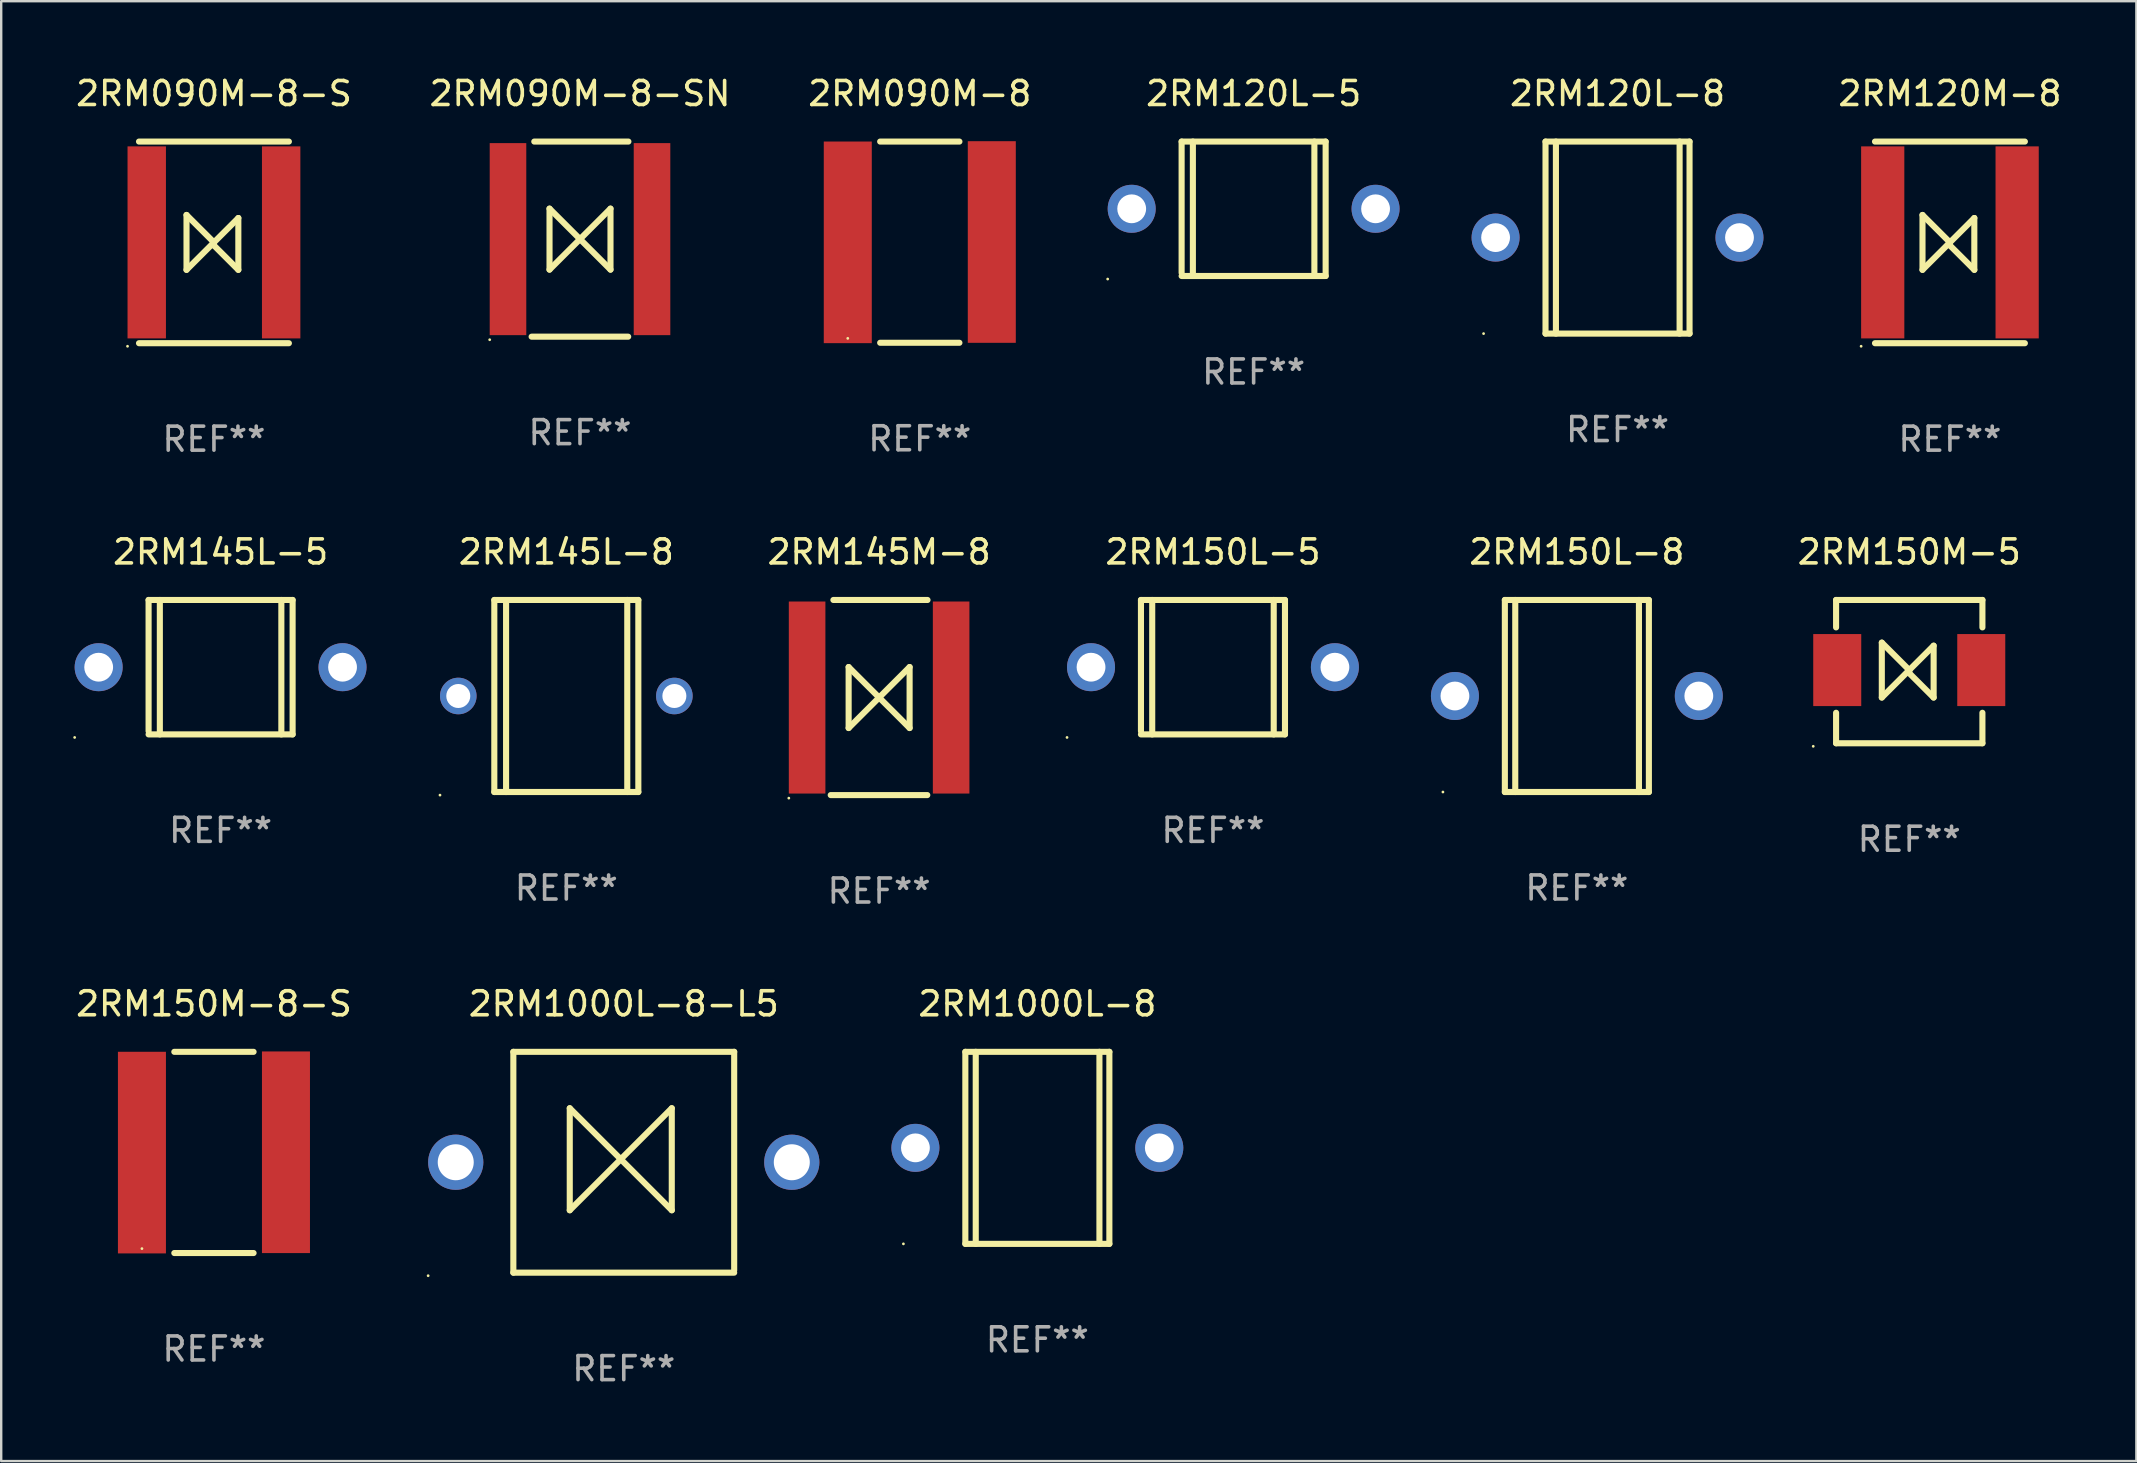
<source format=kicad_pcb>
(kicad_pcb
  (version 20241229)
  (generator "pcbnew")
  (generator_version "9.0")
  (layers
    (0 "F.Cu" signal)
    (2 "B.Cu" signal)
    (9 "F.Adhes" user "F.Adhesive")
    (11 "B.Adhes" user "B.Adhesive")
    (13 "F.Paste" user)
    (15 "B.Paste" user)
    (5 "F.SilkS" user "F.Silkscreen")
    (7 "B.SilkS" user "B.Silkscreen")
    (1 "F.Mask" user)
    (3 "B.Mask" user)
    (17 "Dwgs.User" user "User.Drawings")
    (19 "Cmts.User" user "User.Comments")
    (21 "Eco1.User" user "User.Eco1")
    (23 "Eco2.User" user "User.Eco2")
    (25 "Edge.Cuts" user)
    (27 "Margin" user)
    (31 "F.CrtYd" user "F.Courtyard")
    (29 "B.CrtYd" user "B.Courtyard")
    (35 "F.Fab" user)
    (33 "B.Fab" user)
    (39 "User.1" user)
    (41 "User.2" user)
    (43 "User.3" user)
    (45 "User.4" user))
  (footprint "2RM150M-8-S"
    (layer "F.Cu")
    (at 5.863 44.96)
    (property "Reference" "2RM150M-8-S" (at 0 -6.191 0) (layer "F.SilkS") (effects (font (size 1 1) (thickness 0.15))))
    (attr through_hole)
    (fp_line (start -1.651 -4.191) (end 1.651 -4.191) (stroke (width 0.254) (type solid)) (layer "F.SilkS"))
    (fp_line (start 1.651 4.191) (end -1.651 4.191) (stroke (width 0.254) (type solid)) (layer "F.SilkS"))
    (fp_circle (center -3 4.007) (end -2.97 4.007) (stroke (width 0.06) (type solid)) (fill no) (layer "F.SilkS"))
    (fp_text user "REF**" (at 0 8.191 0) (layer "F.Fab") (effects (font (size 1 1) (thickness 0.15))))
    (pad "1" smd rect (at -3 0.007) (size 2 8.4) (layers "F.Cu" "F.Mask" "F.Paste"))
    (pad "2" smd rect (at 3 -0.007) (size 2 8.4) (layers "F.Cu" "F.Mask" "F.Paste")))
  (footprint "2RM1000L-8"
    (layer "F.Cu")
    (at 40.166 44.769)
    (property "Reference" "2RM1000L-8" (at 0 -6 0) (layer "F.SilkS") (effects (font (size 1 1) (thickness 0.15))))
    (attr through_hole)
    (fp_line (start -3 -4) (end -3 4) (stroke (width 0.254) (type solid)) (layer "F.SilkS"))
    (fp_line (start -3 -4) (end 3 -4) (stroke (width 0.254) (type solid)) (layer "F.SilkS"))
    (fp_line (start -3 4) (end 3 4) (stroke (width 0.254) (type solid)) (layer "F.SilkS"))
    (fp_line (start -2.567 -4) (end -2.567 4) (stroke (width 0.254) (type solid)) (layer "F.SilkS"))
    (fp_line (start 2.586 -4) (end 2.586 4) (stroke (width 0.254) (type solid)) (layer "F.SilkS"))
    (fp_line (start 3 -4) (end 3 4) (stroke (width 0.254) (type solid)) (layer "F.SilkS"))
    (fp_circle (center -5.58 4) (end -5.55 4) (stroke (width 0.06) (type solid)) (fill no) (layer "F.SilkS"))
    (fp_text user "REF**" (at 0 8 0) (layer "F.Fab") (effects (font (size 1 1) (thickness 0.15))))
    (pad "1" thru_hole circle (at -5.08 0) (size 2 2) (drill 1.2) (layers "*.Cu" "*.Mask"))
    (pad "2" thru_hole circle (at 5.08 0) (size 2 2) (drill 1.2) (layers "*.Cu" "*.Mask")))
  (footprint "2RM090M-8"
    (layer "F.Cu")
    (at 35.268 7.039)
    (property "Reference" "2RM090M-8" (at 0 -6.191 0) (layer "F.SilkS") (effects (font (size 1 1) (thickness 0.15))))
    (attr through_hole)
    (fp_line (start -1.651 -4.191) (end 1.651 -4.191) (stroke (width 0.254) (type solid)) (layer "F.SilkS"))
    (fp_line (start 1.651 4.191) (end -1.651 4.191) (stroke (width 0.254) (type solid)) (layer "F.SilkS"))
    (fp_circle (center -3 4.007) (end -2.97 4.007) (stroke (width 0.06) (type solid)) (fill no) (layer "F.SilkS"))
    (fp_text user "REF**" (at 0 8.191 0) (layer "F.Fab") (effects (font (size 1 1) (thickness 0.15))))
    (pad "1" smd rect (at -3 0.007) (size 2 8.4) (layers "F.Cu" "F.Mask" "F.Paste"))
    (pad "2" smd rect (at 3 -0.007) (size 2 8.4) (layers "F.Cu" "F.Mask" "F.Paste")))
  (footprint "2RM120L-5"
    (layer "F.Cu")
    (at 49.176 5.648)
    (property "Reference" "2RM120L-5" (at 0 -4.8 0) (layer "F.SilkS") (effects (font (size 1 1) (thickness 0.15))))
    (attr through_hole)
    (fp_line (start -3 -2.8) (end -3 2.667) (stroke (width 0.254) (type solid)) (layer "F.SilkS"))
    (fp_line (start -3 -2.8) (end 3 -2.8) (stroke (width 0.254) (type solid)) (layer "F.SilkS"))
    (fp_line (start -3 2.8) (end 3 2.8) (stroke (width 0.254) (type solid)) (layer "F.SilkS"))
    (fp_line (start -2.531 -2.8) (end -2.531 2.8) (stroke (width 0.254) (type solid)) (layer "F.SilkS"))
    (fp_line (start 2.531 -2.8) (end 2.531 2.8) (stroke (width 0.254) (type solid)) (layer "F.SilkS"))
    (fp_line (start 3 -2.8) (end 3 2.8) (stroke (width 0.254) (type solid)) (layer "F.SilkS"))
    (fp_circle (center -6.08 2.927) (end -6.05 2.927) (stroke (width 0.06) (type solid)) (fill no) (layer "F.SilkS"))
    (fp_text user "REF**" (at 0 6.8 0) (layer "F.Fab") (effects (font (size 1 1) (thickness 0.15))))
    (pad "1" thru_hole circle (at -5.08 0) (size 2 2) (drill 1.2) (layers "*.Cu" "*.Mask"))
    (pad "2" thru_hole circle (at 5.08 0) (size 2 2) (drill 1.2) (layers "*.Cu" "*.Mask")))
  (footprint "2RM120M-8"
    (layer "F.Cu")
    (at 78.184 7.048)
    (property "Reference" "2RM120M-8" (at 0 -6.2 0) (layer "F.SilkS") (effects (font (size 1 1) (thickness 0.15))))
    (attr through_hole)
    (fp_line (start -3.122 -4.2) (end 3.122 -4.2) (stroke (width 0.254) (type solid)) (layer "F.SilkS"))
    (fp_line (start -3.122 4.2) (end 3.122 4.2) (stroke (width 0.254) (type solid)) (layer "F.SilkS"))
    (fp_line (start -1.143 1.143) (end -1.143 -1.143) (stroke (width 0.254) (type solid)) (layer "F.SilkS"))
    (fp_line (start 0 0) (end -1.143 -1.143) (stroke (width 0.254) (type solid)) (layer "F.SilkS"))
    (fp_line (start 0 0) (end -1.143 1.143) (stroke (width 0.254) (type solid)) (layer "F.SilkS"))
    (fp_line (start 0 0) (end 0 0.127) (stroke (width 0.254) (type solid)) (layer "F.SilkS"))
    (fp_line (start 0 0) (end 1.016 -1.016) (stroke (width 0.254) (type solid)) (layer "F.SilkS"))
    (fp_line (start 0 0.127) (end 1.016 1.143) (stroke (width 0.254) (type solid)) (layer "F.SilkS"))
    (fp_line (start 1.016 1.143) (end 1.016 -1.016) (stroke (width 0.254) (type solid)) (layer "F.SilkS"))
    (fp_circle (center -3.7 4.327) (end -3.67 4.327) (stroke (width 0.06) (type solid)) (fill no) (layer "F.SilkS"))
    (fp_text user "REF**" (at 0 8.2 0) (layer "F.Fab") (effects (font (size 1 1) (thickness 0.15))))
    (pad "1" smd rect (at -2.8 0) (size 1.8 8) (layers "F.Cu" "F.Mask" "F.Paste"))
    (pad "2" smd rect (at 2.8 0) (size 1.8 8) (layers "F.Cu" "F.Mask" "F.Paste")))
  (footprint "2RM150M-5"
    (layer "F.Cu")
    (at 76.489 24.929)
    (property "Reference" "2RM150M-5" (at 0 -4.985 0) (layer "F.SilkS") (effects (font (size 1 1) (thickness 0.15))))
    (attr through_hole)
    (fp_line (start -3.048 -2.985) (end 3.048 -2.985) (stroke (width 0.254) (type solid)) (layer "F.SilkS"))
    (fp_line (start -3.048 -1.842) (end -3.048 -2.985) (stroke (width 0.254) (type solid)) (layer "F.SilkS"))
    (fp_line (start -3.048 1.715) (end -3.048 2.985) (stroke (width 0.254) (type solid)) (layer "F.SilkS"))
    (fp_line (start -3.048 2.985) (end 3.048 2.985) (stroke (width 0.254) (type solid)) (layer "F.SilkS"))
    (fp_line (start -1.143 1.08) (end -1.143 -1.207) (stroke (width 0.254) (type solid)) (layer "F.SilkS"))
    (fp_line (start 0 -0.064) (end -1.143 -1.207) (stroke (width 0.254) (type solid)) (layer "F.SilkS"))
    (fp_line (start 0 -0.064) (end -1.143 1.08) (stroke (width 0.254) (type solid)) (layer "F.SilkS"))
    (fp_line (start 0 -0.064) (end 0 0.064) (stroke (width 0.254) (type solid)) (layer "F.SilkS"))
    (fp_line (start 0 -0.064) (end 1.016 -1.08) (stroke (width 0.254) (type solid)) (layer "F.SilkS"))
    (fp_line (start 0 0.064) (end 1.016 1.08) (stroke (width 0.254) (type solid)) (layer "F.SilkS"))
    (fp_line (start 1.016 1.08) (end 1.016 -1.08) (stroke (width 0.254) (type solid)) (layer "F.SilkS"))
    (fp_line (start 3.048 -2.985) (end 3.048 -1.842) (stroke (width 0.254) (type solid)) (layer "F.SilkS"))
    (fp_line (start 3.048 2.985) (end 3.048 1.715) (stroke (width 0.254) (type solid)) (layer "F.SilkS"))
    (fp_circle (center -4 3.112) (end -3.97 3.112) (stroke (width 0.06) (type solid)) (fill no) (layer "F.SilkS"))
    (fp_text user "REF**" (at 0 6.985 0) (layer "F.Fab") (effects (font (size 1 1) (thickness 0.15))))
    (pad "1" smd rect (at -3 -0.064) (size 2 3) (layers "F.Cu" "F.Mask" "F.Paste"))
    (pad "2" smd rect (at 3 -0.064) (size 2 3) (layers "F.Cu" "F.Mask" "F.Paste")))
  (footprint "2RM120L-8"
    (layer "F.Cu")
    (at 64.336 6.848)
    (property "Reference" "2RM120L-8" (at 0 -6 0) (layer "F.SilkS") (effects (font (size 1 1) (thickness 0.15))))
    (attr through_hole)
    (fp_line (start -3 -4) (end -3 4) (stroke (width 0.254) (type solid)) (layer "F.SilkS"))
    (fp_line (start -3 -4) (end 3 -4) (stroke (width 0.254) (type solid)) (layer "F.SilkS"))
    (fp_line (start -3 4) (end 3 4) (stroke (width 0.254) (type solid)) (layer "F.SilkS"))
    (fp_line (start -2.567 -4) (end -2.567 4) (stroke (width 0.254) (type solid)) (layer "F.SilkS"))
    (fp_line (start 2.586 -4) (end 2.586 4) (stroke (width 0.254) (type solid)) (layer "F.SilkS"))
    (fp_line (start 3 -4) (end 3 4) (stroke (width 0.254) (type solid)) (layer "F.SilkS"))
    (fp_circle (center -5.58 4) (end -5.55 4) (stroke (width 0.06) (type solid)) (fill no) (layer "F.SilkS"))
    (fp_text user "REF**" (at 0 8 0) (layer "F.Fab") (effects (font (size 1 1) (thickness 0.15))))
    (pad "1" thru_hole circle (at -5.08 0) (size 2 2) (drill 1.2) (layers "*.Cu" "*.Mask"))
    (pad "2" thru_hole circle (at 5.08 0) (size 2 2) (drill 1.2) (layers "*.Cu" "*.Mask")))
  (footprint "2RM090M-8-SN"
    (layer "F.Cu")
    (at 21.113 6.912)
    (property "Reference" "2RM090M-8-SN" (at 0 -6.064 0) (layer "F.SilkS") (effects (font (size 1 1) (thickness 0.15))))
    (attr through_hole)
    (fp_line (start -2.016 4.064) (end 2.007 4.064) (stroke (width 0.254) (type solid)) (layer "F.SilkS"))
    (fp_line (start -1.905 -4.064) (end 2.016 -4.064) (stroke (width 0.254) (type solid)) (layer "F.SilkS"))
    (fp_line (start -1.27 -1.27) (end -1.27 1.27) (stroke (width 0.254) (type solid)) (layer "F.SilkS"))
    (fp_line (start -1.27 -1.27) (end 1.27 1.27) (stroke (width 0.254) (type solid)) (layer "F.SilkS"))
    (fp_line (start -1.27 1.27) (end 1.27 -1.27) (stroke (width 0.254) (type solid)) (layer "F.SilkS"))
    (fp_line (start 1.27 1.27) (end 1.27 -1.27) (stroke (width 0.254) (type solid)) (layer "F.SilkS"))
    (fp_circle (center -3.762 4.191) (end -3.732 4.191) (stroke (width 0.06) (type solid)) (fill no) (layer "F.SilkS"))
    (fp_text user "REF**" (at 0 8.064 0) (layer "F.Fab") (effects (font (size 1 1) (thickness 0.15))))
    (pad "1" smd rect (at -3 0) (size 1.524 8) (layers "F.Cu" "F.Mask" "F.Paste"))
    (pad "2" smd rect (at 3 0) (size 1.524 8) (layers "F.Cu" "F.Mask" "F.Paste")))
  (footprint "2RM150L-8"
    (layer "F.Cu")
    (at 62.642 25.945)
    (property "Reference" "2RM150L-8" (at 0 -6 0) (layer "F.SilkS") (effects (font (size 1 1) (thickness 0.15))))
    (attr through_hole)
    (fp_line (start -3 -4) (end -3 4) (stroke (width 0.254) (type solid)) (layer "F.SilkS"))
    (fp_line (start -3 -4) (end 3 -4) (stroke (width 0.254) (type solid)) (layer "F.SilkS"))
    (fp_line (start -3 4) (end 3 4) (stroke (width 0.254) (type solid)) (layer "F.SilkS"))
    (fp_line (start -2.567 -4) (end -2.567 4) (stroke (width 0.254) (type solid)) (layer "F.SilkS"))
    (fp_line (start 2.586 -4) (end 2.586 4) (stroke (width 0.254) (type solid)) (layer "F.SilkS"))
    (fp_line (start 3 -4) (end 3 4) (stroke (width 0.254) (type solid)) (layer "F.SilkS"))
    (fp_circle (center -5.58 4) (end -5.55 4) (stroke (width 0.06) (type solid)) (fill no) (layer "F.SilkS"))
    (fp_text user "REF**" (at 0 8 0) (layer "F.Fab") (effects (font (size 1 1) (thickness 0.15))))
    (pad "1" thru_hole circle (at -5.08 0) (size 2 2) (drill 1.2) (layers "*.Cu" "*.Mask"))
    (pad "2" thru_hole circle (at 5.08 0) (size 2 2) (drill 1.2) (layers "*.Cu" "*.Mask")))
  (footprint "2RM150L-5"
    (layer "F.Cu")
    (at 47.482 24.745)
    (property "Reference" "2RM150L-5" (at 0 -4.8 0) (layer "F.SilkS") (effects (font (size 1 1) (thickness 0.15))))
    (attr through_hole)
    (fp_line (start -3 -2.8) (end -3 2.667) (stroke (width 0.254) (type solid)) (layer "F.SilkS"))
    (fp_line (start -3 -2.8) (end 3 -2.8) (stroke (width 0.254) (type solid)) (layer "F.SilkS"))
    (fp_line (start -3 2.8) (end 3 2.8) (stroke (width 0.254) (type solid)) (layer "F.SilkS"))
    (fp_line (start -2.531 -2.8) (end -2.531 2.8) (stroke (width 0.254) (type solid)) (layer "F.SilkS"))
    (fp_line (start 2.531 -2.8) (end 2.531 2.8) (stroke (width 0.254) (type solid)) (layer "F.SilkS"))
    (fp_line (start 3 -2.8) (end 3 2.8) (stroke (width 0.254) (type solid)) (layer "F.SilkS"))
    (fp_circle (center -6.08 2.927) (end -6.05 2.927) (stroke (width 0.06) (type solid)) (fill no) (layer "F.SilkS"))
    (fp_text user "REF**" (at 0 6.8 0) (layer "F.Fab") (effects (font (size 1 1) (thickness 0.15))))
    (pad "1" thru_hole circle (at -5.08 0) (size 2 2) (drill 1.2) (layers "*.Cu" "*.Mask"))
    (pad "2" thru_hole circle (at 5.08 0) (size 2 2) (drill 1.2) (layers "*.Cu" "*.Mask")))
  (footprint "2RM145M-8"
    (layer "F.Cu")
    (at 33.574 26.009)
    (property "Reference" "2RM145M-8" (at 0 -6.064 0) (layer "F.SilkS") (effects (font (size 1 1) (thickness 0.15))))
    (attr through_hole)
    (fp_line (start -2.016 4.064) (end 2.007 4.064) (stroke (width 0.254) (type solid)) (layer "F.SilkS"))
    (fp_line (start -1.905 -4.064) (end 2.016 -4.064) (stroke (width 0.254) (type solid)) (layer "F.SilkS"))
    (fp_line (start -1.27 -1.27) (end -1.27 1.27) (stroke (width 0.254) (type solid)) (layer "F.SilkS"))
    (fp_line (start -1.27 -1.27) (end 1.27 1.27) (stroke (width 0.254) (type solid)) (layer "F.SilkS"))
    (fp_line (start -1.27 1.27) (end 1.27 -1.27) (stroke (width 0.254) (type solid)) (layer "F.SilkS"))
    (fp_line (start 1.27 1.27) (end 1.27 -1.27) (stroke (width 0.254) (type solid)) (layer "F.SilkS"))
    (fp_circle (center -3.762 4.191) (end -3.732 4.191) (stroke (width 0.06) (type solid)) (fill no) (layer "F.SilkS"))
    (fp_text user "REF**" (at 0 8.064 0) (layer "F.Fab") (effects (font (size 1 1) (thickness 0.15))))
    (pad "1" smd rect (at -3 0) (size 1.524 8) (layers "F.Cu" "F.Mask" "F.Paste"))
    (pad "2" smd rect (at 3 0) (size 1.524 8) (layers "F.Cu" "F.Mask" "F.Paste")))
  (footprint "2RM1000L-8-L5"
    (layer "F.Cu")
    (at 22.936 45.369)
    (property "Reference" "2RM1000L-8-L5" (at 0 -6.6 0) (layer "F.SilkS") (effects (font (size 1 1) (thickness 0.15))))
    (attr through_hole)
    (fp_line (start -4.6 -4.6) (end -4.6 4.6) (stroke (width 0.254) (type solid)) (layer "F.SilkS"))
    (fp_line (start -4.6 -4.6) (end 4.6 -4.6) (stroke (width 0.254) (type solid)) (layer "F.SilkS"))
    (fp_line (start -4.6 4.6) (end 4.6 4.6) (stroke (width 0.254) (type solid)) (layer "F.SilkS"))
    (fp_line (start -2.25 -2.25) (end -2.25 2) (stroke (width 0.254) (type solid)) (layer "F.SilkS"))
    (fp_line (start -2.25 2) (end 2 -2.25) (stroke (width 0.254) (type solid)) (layer "F.SilkS"))
    (fp_line (start 2 -2.25) (end 2 2) (stroke (width 0.254) (type solid)) (layer "F.SilkS"))
    (fp_line (start 2 2) (end -2.25 -2.25) (stroke (width 0.254) (type solid)) (layer "F.SilkS"))
    (fp_line (start 4.6 -4.6) (end 4.6 4.5) (stroke (width 0.254) (type solid)) (layer "F.SilkS"))
    (fp_circle (center -8.15 4.727) (end -8.12 4.727) (stroke (width 0.06) (type solid)) (fill no) (layer "F.SilkS"))
    (fp_text user "REF**" (at 0 8.6 0) (layer "F.Fab") (effects (font (size 1 1) (thickness 0.15))))
    (pad "1" thru_hole circle (at -7 0) (size 2.3 2.3) (drill 1.5) (layers "*.Cu" "*.Mask"))
    (pad "2" thru_hole circle (at 7 0) (size 2.3 2.3) (drill 1.5) (layers "*.Cu" "*.Mask")))
  (footprint "2RM090M-8-S"
    (layer "F.Cu")
    (at 5.863 7.048)
    (property "Reference" "2RM090M-8-S" (at 0 -6.2 0) (layer "F.SilkS") (effects (font (size 1 1) (thickness 0.15))))
    (attr through_hole)
    (fp_line (start -3.122 -4.2) (end 3.122 -4.2) (stroke (width 0.254) (type solid)) (layer "F.SilkS"))
    (fp_line (start -3.122 4.2) (end 3.122 4.2) (stroke (width 0.254) (type solid)) (layer "F.SilkS"))
    (fp_line (start -1.143 1.143) (end -1.143 -1.143) (stroke (width 0.254) (type solid)) (layer "F.SilkS"))
    (fp_line (start 0 0) (end -1.143 -1.143) (stroke (width 0.254) (type solid)) (layer "F.SilkS"))
    (fp_line (start 0 0) (end -1.143 1.143) (stroke (width 0.254) (type solid)) (layer "F.SilkS"))
    (fp_line (start 0 0) (end 0 0.127) (stroke (width 0.254) (type solid)) (layer "F.SilkS"))
    (fp_line (start 0 0) (end 1.016 -1.016) (stroke (width 0.254) (type solid)) (layer "F.SilkS"))
    (fp_line (start 0 0.127) (end 1.016 1.143) (stroke (width 0.254) (type solid)) (layer "F.SilkS"))
    (fp_line (start 1.016 1.143) (end 1.016 -1.016) (stroke (width 0.254) (type solid)) (layer "F.SilkS"))
    (fp_circle (center -3.6 4.327) (end -3.57 4.327) (stroke (width 0.06) (type solid)) (fill no) (layer "F.SilkS"))
    (fp_text user "REF**" (at 0 8.2 0) (layer "F.Fab") (effects (font (size 1 1) (thickness 0.15))))
    (pad "1" smd rect (at -2.8 0) (size 1.6 8) (layers "F.Cu" "F.Mask" "F.Paste"))
    (pad "2" smd rect (at 2.8 0) (size 1.6 8) (layers "F.Cu" "F.Mask" "F.Paste")))
  (footprint "2RM145L-8"
    (layer "F.Cu")
    (at 20.543 25.946)
    (property "Reference" "2RM145L-8" (at 0 -6.001 0) (layer "F.SilkS") (effects (font (size 1 1) (thickness 0.15))))
    (attr through_hole)
    (fp_line (start -3 -4.001) (end -3 3.999) (stroke (width 0.254) (type solid)) (layer "F.SilkS"))
    (fp_line (start -3 -4.001) (end 3 -4.001) (stroke (width 0.254) (type solid)) (layer "F.SilkS"))
    (fp_line (start -2.51 4.001) (end -2.51 -3.999) (stroke (width 0.254) (type solid)) (layer "F.SilkS"))
    (fp_line (start 2.539 3.999) (end 2.539 -4.001) (stroke (width 0.254) (type solid)) (layer "F.SilkS"))
    (fp_line (start 3 3.999) (end -3 3.999) (stroke (width 0.254) (type solid)) (layer "F.SilkS"))
    (fp_line (start 3 3.999) (end 3 -4.001) (stroke (width 0.254) (type solid)) (layer "F.SilkS"))
    (fp_circle (center -5.263 4.128) (end -5.233 4.128) (stroke (width 0.06) (type solid)) (fill no) (layer "F.SilkS"))
    (fp_text user "REF**" (at 0 8.001 0) (layer "F.Fab") (effects (font (size 1 1) (thickness 0.15))))
    (pad "1" thru_hole circle (at -4.501 -0.001) (size 1.524 1.524) (drill 1) (layers "*.Cu" "*.Mask"))
    (pad "2" thru_hole circle (at 4.501 -0.001) (size 1.524 1.524) (drill 1) (layers "*.Cu" "*.Mask")))
  (footprint "2RM145L-5"
    (layer "F.Cu")
    (at 6.14 24.745)
    (property "Reference" "2RM145L-5" (at 0 -4.8 0) (layer "F.SilkS") (effects (font (size 1 1) (thickness 0.15))))
    (attr through_hole)
    (fp_line (start -3 -2.8) (end -3 2.667) (stroke (width 0.254) (type solid)) (layer "F.SilkS"))
    (fp_line (start -3 -2.8) (end 3 -2.8) (stroke (width 0.254) (type solid)) (layer "F.SilkS"))
    (fp_line (start -3 2.8) (end 3 2.8) (stroke (width 0.254) (type solid)) (layer "F.SilkS"))
    (fp_line (start -2.531 -2.8) (end -2.531 2.8) (stroke (width 0.254) (type solid)) (layer "F.SilkS"))
    (fp_line (start 2.531 -2.8) (end 2.531 2.8) (stroke (width 0.254) (type solid)) (layer "F.SilkS"))
    (fp_line (start 3 -2.8) (end 3 2.8) (stroke (width 0.254) (type solid)) (layer "F.SilkS"))
    (fp_circle (center -6.08 2.927) (end -6.05 2.927) (stroke (width 0.06) (type solid)) (fill no) (layer "F.SilkS"))
    (fp_text user "REF**" (at 0 6.8 0) (layer "F.Fab") (effects (font (size 1 1) (thickness 0.15))))
    (pad "1" thru_hole circle (at -5.08 0) (size 2 2) (drill 1.2) (layers "*.Cu" "*.Mask"))
    (pad "2" thru_hole circle (at 5.08 0) (size 2 2) (drill 1.2) (layers "*.Cu" "*.Mask")))
  (gr_rect
    (start -3 -3)
    (end 85.951 57.818)
    (stroke (width 0.1) (type default))
    (fill no)
    (layer "Edge.Cuts")))
</source>
